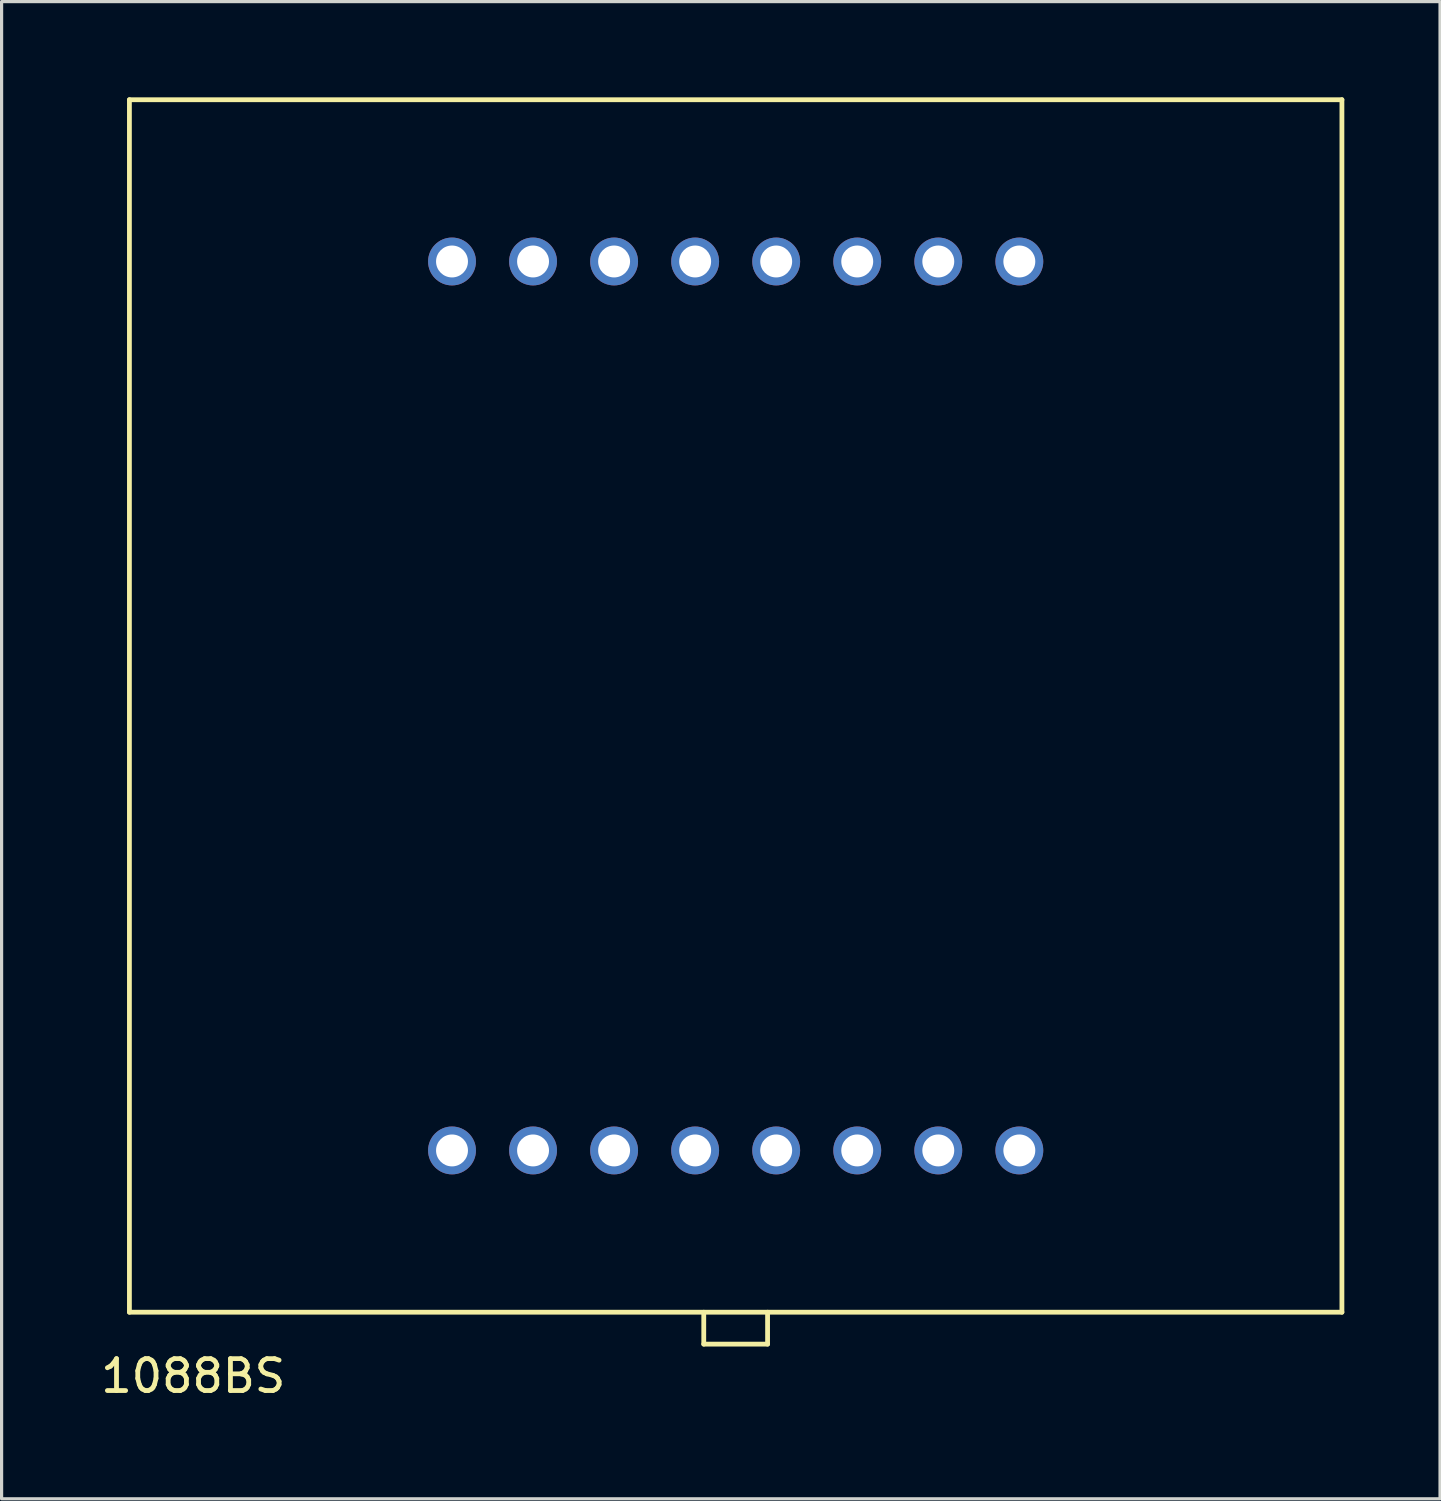
<source format=kicad_pcb>
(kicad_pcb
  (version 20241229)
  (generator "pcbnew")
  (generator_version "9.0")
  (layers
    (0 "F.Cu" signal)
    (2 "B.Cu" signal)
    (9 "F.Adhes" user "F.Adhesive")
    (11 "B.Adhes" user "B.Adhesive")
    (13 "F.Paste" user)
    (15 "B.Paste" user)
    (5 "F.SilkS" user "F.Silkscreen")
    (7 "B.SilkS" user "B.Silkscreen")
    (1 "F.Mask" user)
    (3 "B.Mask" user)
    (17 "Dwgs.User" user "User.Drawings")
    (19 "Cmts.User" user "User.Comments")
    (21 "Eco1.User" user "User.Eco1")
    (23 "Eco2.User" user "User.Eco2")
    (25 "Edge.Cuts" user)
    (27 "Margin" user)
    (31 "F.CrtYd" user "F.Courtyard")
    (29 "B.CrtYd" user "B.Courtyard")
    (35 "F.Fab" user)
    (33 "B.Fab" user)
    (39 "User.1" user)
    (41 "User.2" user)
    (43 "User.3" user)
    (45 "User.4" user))
  (footprint "1088BS"
    (layer "F.Cu")
    (at 20.006 19.075)
    (property "Reference" "1088BS" (at -17 21 0) (layer "F.SilkS") (effects (font (size 1 1) (thickness 0.15))))
    (attr through_hole)
    (fp_line (start -19 -19) (end -19 19) (stroke (width 0.15) (type solid)) (layer "F.SilkS"))
    (fp_line (start -19 19) (end 19 19) (stroke (width 0.15) (type solid)) (layer "F.SilkS"))
    (fp_line (start -1 19) (end -1 20) (stroke (width 0.15) (type solid)) (layer "F.SilkS"))
    (fp_line (start -1 20) (end 1 20) (stroke (width 0.15) (type solid)) (layer "F.SilkS"))
    (fp_line (start 1 20) (end 1 19) (stroke (width 0.15) (type solid)) (layer "F.SilkS"))
    (fp_line (start 19 -19) (end -19 -19) (stroke (width 0.15) (type solid)) (layer "F.SilkS"))
    (fp_line (start 19 19) (end 19 -19) (stroke (width 0.15) (type solid)) (layer "F.SilkS"))
    (pad "1" thru_hole circle (at -8.89 13.93) (size 1.5 1.5) (drill 1) (layers "*.Cu" "*.Mask"))
    (pad "2" thru_hole circle (at -6.35 13.93) (size 1.5 1.5) (drill 1) (layers "*.Cu" "*.Mask"))
    (pad "3" thru_hole circle (at -3.81 13.93) (size 1.5 1.5) (drill 1) (layers "*.Cu" "*.Mask"))
    (pad "4" thru_hole circle (at -1.27 13.93) (size 1.5 1.5) (drill 1) (layers "*.Cu" "*.Mask"))
    (pad "5" thru_hole circle (at 1.27 13.93) (size 1.5 1.5) (drill 1) (layers "*.Cu" "*.Mask"))
    (pad "6" thru_hole circle (at 3.81 13.93) (size 1.5 1.5) (drill 1) (layers "*.Cu" "*.Mask"))
    (pad "7" thru_hole circle (at 6.35 13.93) (size 1.5 1.5) (drill 1) (layers "*.Cu" "*.Mask"))
    (pad "8" thru_hole circle (at 8.89 13.93) (size 1.5 1.5) (drill 1) (layers "*.Cu" "*.Mask"))
    (pad "9" thru_hole circle (at 8.89 -13.93) (size 1.5 1.5) (drill 1) (layers "*.Cu" "*.Mask"))
    (pad "10" thru_hole circle (at 6.35 -13.93) (size 1.5 1.5) (drill 1) (layers "*.Cu" "*.Mask"))
    (pad "11" thru_hole circle (at 3.81 -13.93) (size 1.5 1.5) (drill 1) (layers "*.Cu" "*.Mask"))
    (pad "12" thru_hole circle (at 1.27 -13.93) (size 1.5 1.5) (drill 1) (layers "*.Cu" "*.Mask"))
    (pad "13" thru_hole circle (at -1.27 -13.93) (size 1.5 1.5) (drill 1) (layers "*.Cu" "*.Mask"))
    (pad "14" thru_hole circle (at -3.81 -13.93) (size 1.5 1.5) (drill 1) (layers "*.Cu" "*.Mask"))
    (pad "15" thru_hole circle (at -6.35 -13.93) (size 1.5 1.5) (drill 1) (layers "*.Cu" "*.Mask"))
    (pad "16" thru_hole circle (at -8.89 -13.93) (size 1.5 1.5) (drill 1) (layers "*.Cu" "*.Mask")))
  (gr_rect
    (start -3 -3)
    (end 42.081 43.923)
    (stroke (width 0.1) (type default))
    (fill no)
    (layer "Edge.Cuts")))
</source>
